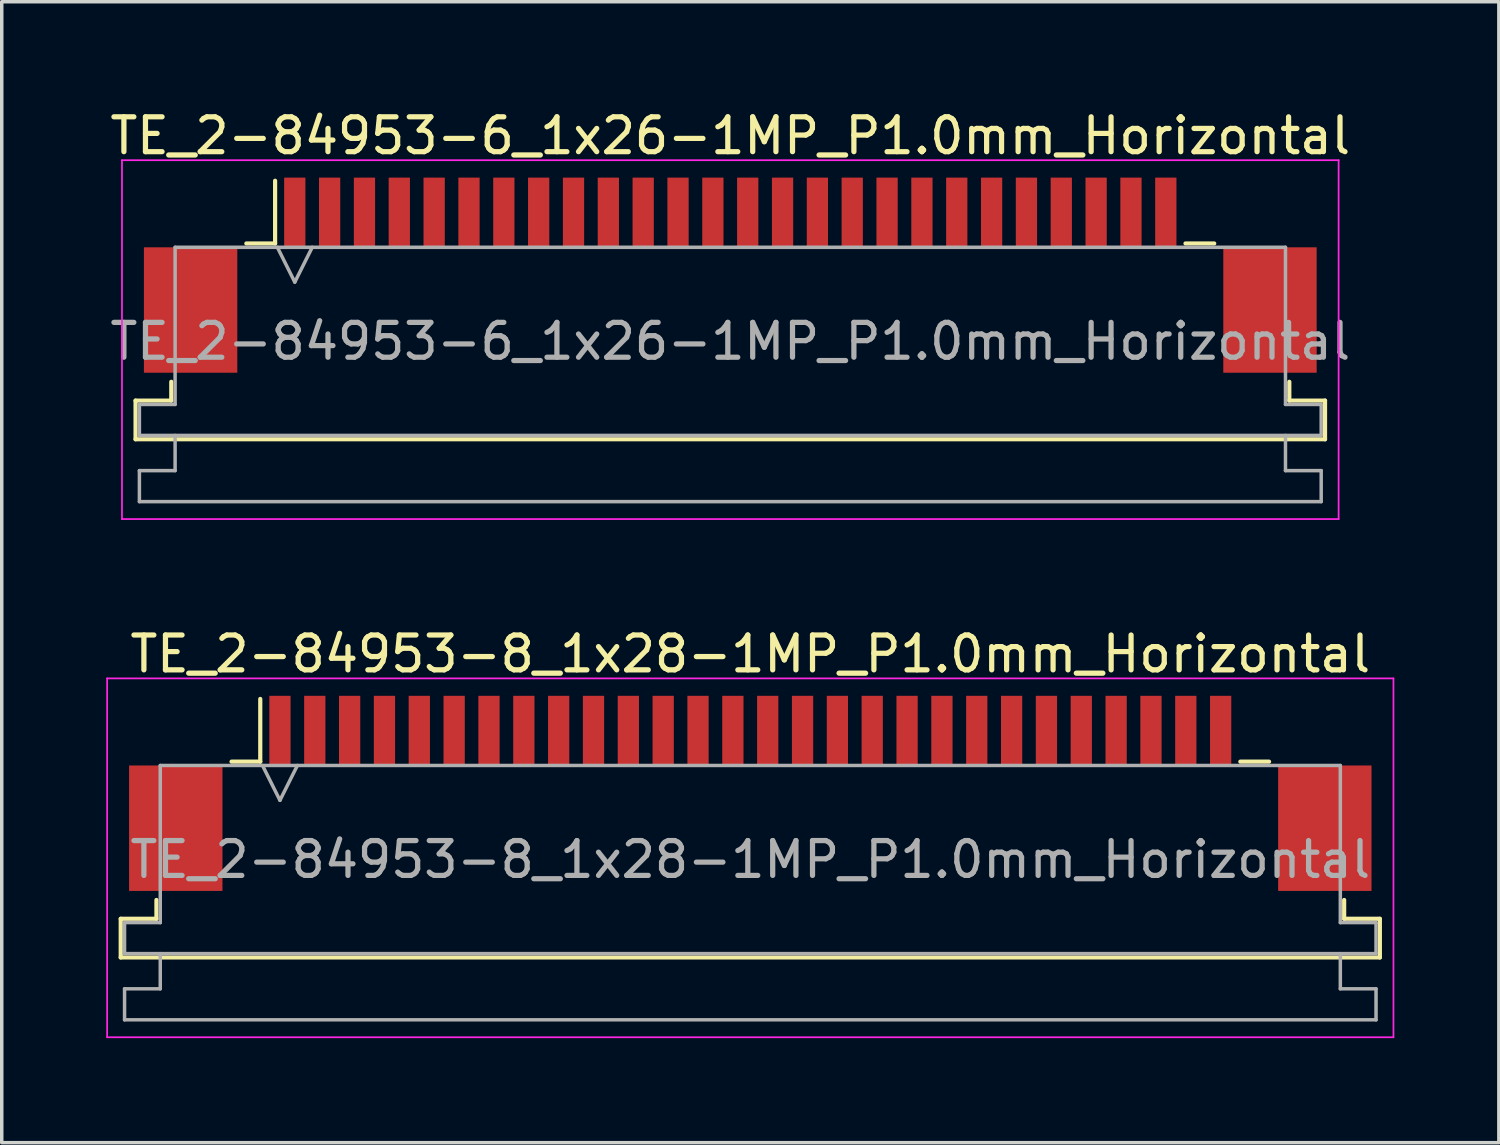
<source format=kicad_pcb>
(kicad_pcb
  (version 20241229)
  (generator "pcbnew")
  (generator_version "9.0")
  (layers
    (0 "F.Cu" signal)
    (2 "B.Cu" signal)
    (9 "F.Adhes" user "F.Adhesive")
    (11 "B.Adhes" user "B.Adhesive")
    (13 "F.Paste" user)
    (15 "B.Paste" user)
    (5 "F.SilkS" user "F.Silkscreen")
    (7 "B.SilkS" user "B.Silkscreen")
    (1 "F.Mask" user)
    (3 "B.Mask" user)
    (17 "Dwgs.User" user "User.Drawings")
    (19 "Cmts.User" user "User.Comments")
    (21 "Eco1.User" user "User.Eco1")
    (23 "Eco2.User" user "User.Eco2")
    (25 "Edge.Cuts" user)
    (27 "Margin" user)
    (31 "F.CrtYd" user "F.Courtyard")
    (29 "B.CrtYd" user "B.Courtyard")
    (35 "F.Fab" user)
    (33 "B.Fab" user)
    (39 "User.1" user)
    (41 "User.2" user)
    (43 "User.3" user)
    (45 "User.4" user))
  (footprint "TE_2-84953-6_1x26-1MP_P1.0mm_Horizontal"
    (layer "F.Cu")
    (at 17.911 4.848)
    (property "Reference" "TE_2-84953-6_1x26-1MP_P1.0mm_Horizontal" (at 0 -4 0) (layer "F.SilkS") (effects (font (size 1 1) (thickness 0.15))))
    (attr smd)
    (fp_line (start -17.07 3.6) (end -16.045 3.6) (stroke (width 0.12) (type solid)) (layer "F.SilkS"))
    (fp_line (start -17.07 4.71) (end -17.07 3.6) (stroke (width 0.12) (type solid)) (layer "F.SilkS"))
    (fp_line (start -16.045 3.6) (end -16.045 3.06) (stroke (width 0.12) (type solid)) (layer "F.SilkS"))
    (fp_line (start -13.89 -0.91) (end -13.065 -0.91) (stroke (width 0.12) (type solid)) (layer "F.SilkS"))
    (fp_line (start -13.065 -0.91) (end -13.065 -2.71) (stroke (width 0.12) (type solid)) (layer "F.SilkS"))
    (fp_line (start 13.065 -0.91) (end 13.89 -0.91) (stroke (width 0.12) (type solid)) (layer "F.SilkS"))
    (fp_line (start 16.045 3.06) (end 16.045 3.6) (stroke (width 0.12) (type solid)) (layer "F.SilkS"))
    (fp_line (start 16.045 3.6) (end 17.07 3.6) (stroke (width 0.12) (type solid)) (layer "F.SilkS"))
    (fp_line (start 17.07 3.6) (end 17.07 4.71) (stroke (width 0.12) (type solid)) (layer "F.SilkS"))
    (fp_line (start 17.07 4.71) (end -17.07 4.71) (stroke (width 0.12) (type solid)) (layer "F.SilkS"))
    (fp_line (start -17.46 -3.3) (end -17.46 7) (stroke (width 0.05) (type solid)) (layer "F.CrtYd"))
    (fp_line (start -17.46 7) (end 17.46 7) (stroke (width 0.05) (type solid)) (layer "F.CrtYd"))
    (fp_line (start 17.46 -3.3) (end -17.46 -3.3) (stroke (width 0.05) (type solid)) (layer "F.CrtYd"))
    (fp_line (start 17.46 7) (end 17.46 -3.3) (stroke (width 0.05) (type solid)) (layer "F.CrtYd"))
    (fp_line (start -16.96 3.71) (end -15.935 3.71) (stroke (width 0.1) (type solid)) (layer "F.Fab"))
    (fp_line (start -16.96 4.6) (end -16.96 3.71) (stroke (width 0.1) (type solid)) (layer "F.Fab"))
    (fp_line (start -16.96 5.61) (end -15.935 5.61) (stroke (width 0.1) (type solid)) (layer "F.Fab"))
    (fp_line (start -16.96 6.5) (end -16.96 5.61) (stroke (width 0.1) (type solid)) (layer "F.Fab"))
    (fp_line (start -15.935 -0.8) (end 15.935 -0.8) (stroke (width 0.1) (type solid)) (layer "F.Fab"))
    (fp_line (start -15.935 3.71) (end -15.935 -0.8) (stroke (width 0.1) (type solid)) (layer "F.Fab"))
    (fp_line (start -15.935 5.61) (end -15.935 4.6) (stroke (width 0.1) (type solid)) (layer "F.Fab"))
    (fp_line (start -13 -0.8) (end -12.5 0.2) (stroke (width 0.1) (type solid)) (layer "F.Fab"))
    (fp_line (start -12.5 0.2) (end -12 -0.8) (stroke (width 0.1) (type solid)) (layer "F.Fab"))
    (fp_line (start 15.935 -0.8) (end 15.935 3.71) (stroke (width 0.1) (type solid)) (layer "F.Fab"))
    (fp_line (start 15.935 3.71) (end 16.96 3.71) (stroke (width 0.1) (type solid)) (layer "F.Fab"))
    (fp_line (start 15.935 4.6) (end 15.935 5.61) (stroke (width 0.1) (type solid)) (layer "F.Fab"))
    (fp_line (start 15.935 5.61) (end 16.96 5.61) (stroke (width 0.1) (type solid)) (layer "F.Fab"))
    (fp_line (start 16.96 3.71) (end 16.96 4.6) (stroke (width 0.1) (type solid)) (layer "F.Fab"))
    (fp_line (start 16.96 4.6) (end -16.96 4.6) (stroke (width 0.1) (type solid)) (layer "F.Fab"))
    (fp_line (start 16.96 5.61) (end 16.96 6.5) (stroke (width 0.1) (type solid)) (layer "F.Fab"))
    (fp_line (start 16.96 6.5) (end -16.96 6.5) (stroke (width 0.1) (type solid)) (layer "F.Fab"))
    (fp_text user "${REFERENCE}" (at 0 1.9 0) (layer "F.Fab") (effects (font (size 1 1) (thickness 0.15))))
    (pad "1" smd rect (at -12.5 -1.8) (size 0.61 2) (layers "F.Cu" "F.Mask" "F.Paste"))
    (pad "2" smd rect (at -11.5 -1.8) (size 0.61 2) (layers "F.Cu" "F.Mask" "F.Paste"))
    (pad "3" smd rect (at -10.5 -1.8) (size 0.61 2) (layers "F.Cu" "F.Mask" "F.Paste"))
    (pad "4" smd rect (at -9.5 -1.8) (size 0.61 2) (layers "F.Cu" "F.Mask" "F.Paste"))
    (pad "5" smd rect (at -8.5 -1.8) (size 0.61 2) (layers "F.Cu" "F.Mask" "F.Paste"))
    (pad "6" smd rect (at -7.5 -1.8) (size 0.61 2) (layers "F.Cu" "F.Mask" "F.Paste"))
    (pad "7" smd rect (at -6.5 -1.8) (size 0.61 2) (layers "F.Cu" "F.Mask" "F.Paste"))
    (pad "8" smd rect (at -5.5 -1.8) (size 0.61 2) (layers "F.Cu" "F.Mask" "F.Paste"))
    (pad "9" smd rect (at -4.5 -1.8) (size 0.61 2) (layers "F.Cu" "F.Mask" "F.Paste"))
    (pad "10" smd rect (at -3.5 -1.8) (size 0.61 2) (layers "F.Cu" "F.Mask" "F.Paste"))
    (pad "11" smd rect (at -2.5 -1.8) (size 0.61 2) (layers "F.Cu" "F.Mask" "F.Paste"))
    (pad "12" smd rect (at -1.5 -1.8) (size 0.61 2) (layers "F.Cu" "F.Mask" "F.Paste"))
    (pad "13" smd rect (at -0.5 -1.8) (size 0.61 2) (layers "F.Cu" "F.Mask" "F.Paste"))
    (pad "14" smd rect (at 0.5 -1.8) (size 0.61 2) (layers "F.Cu" "F.Mask" "F.Paste"))
    (pad "15" smd rect (at 1.5 -1.8) (size 0.61 2) (layers "F.Cu" "F.Mask" "F.Paste"))
    (pad "16" smd rect (at 2.5 -1.8) (size 0.61 2) (layers "F.Cu" "F.Mask" "F.Paste"))
    (pad "17" smd rect (at 3.5 -1.8) (size 0.61 2) (layers "F.Cu" "F.Mask" "F.Paste"))
    (pad "18" smd rect (at 4.5 -1.8) (size 0.61 2) (layers "F.Cu" "F.Mask" "F.Paste"))
    (pad "19" smd rect (at 5.5 -1.8) (size 0.61 2) (layers "F.Cu" "F.Mask" "F.Paste"))
    (pad "20" smd rect (at 6.5 -1.8) (size 0.61 2) (layers "F.Cu" "F.Mask" "F.Paste"))
    (pad "21" smd rect (at 7.5 -1.8) (size 0.61 2) (layers "F.Cu" "F.Mask" "F.Paste"))
    (pad "22" smd rect (at 8.5 -1.8) (size 0.61 2) (layers "F.Cu" "F.Mask" "F.Paste"))
    (pad "23" smd rect (at 9.5 -1.8) (size 0.61 2) (layers "F.Cu" "F.Mask" "F.Paste"))
    (pad "24" smd rect (at 10.5 -1.8) (size 0.61 2) (layers "F.Cu" "F.Mask" "F.Paste"))
    (pad "25" smd rect (at 11.5 -1.8) (size 0.61 2) (layers "F.Cu" "F.Mask" "F.Paste"))
    (pad "26" smd rect (at 12.5 -1.8) (size 0.61 2) (layers "F.Cu" "F.Mask" "F.Paste"))
    (pad "MP" smd rect (at -15.49 1) (size 2.68 3.6) (layers "F.Cu" "F.Mask" "F.Paste"))
    (pad "MP" smd rect (at 15.49 1) (size 2.68 3.6) (layers "F.Cu" "F.Mask" "F.Paste")))
  (footprint "TE_2-84953-8_1x28-1MP_P1.0mm_Horizontal"
    (layer "F.Cu")
    (at 18.485 19.721)
    (property "Reference" "TE_2-84953-8_1x28-1MP_P1.0mm_Horizontal" (at 0 -4 0) (layer "F.SilkS") (effects (font (size 1 1) (thickness 0.15))))
    (attr smd)
    (fp_line (start -18.07 3.6) (end -17.045 3.6) (stroke (width 0.12) (type solid)) (layer "F.SilkS"))
    (fp_line (start -18.07 4.71) (end -18.07 3.6) (stroke (width 0.12) (type solid)) (layer "F.SilkS"))
    (fp_line (start -17.045 3.6) (end -17.045 3.06) (stroke (width 0.12) (type solid)) (layer "F.SilkS"))
    (fp_line (start -14.89 -0.91) (end -14.065 -0.91) (stroke (width 0.12) (type solid)) (layer "F.SilkS"))
    (fp_line (start -14.065 -0.91) (end -14.065 -2.71) (stroke (width 0.12) (type solid)) (layer "F.SilkS"))
    (fp_line (start 14.065 -0.91) (end 14.89 -0.91) (stroke (width 0.12) (type solid)) (layer "F.SilkS"))
    (fp_line (start 17.045 3.06) (end 17.045 3.6) (stroke (width 0.12) (type solid)) (layer "F.SilkS"))
    (fp_line (start 17.045 3.6) (end 18.07 3.6) (stroke (width 0.12) (type solid)) (layer "F.SilkS"))
    (fp_line (start 18.07 3.6) (end 18.07 4.71) (stroke (width 0.12) (type solid)) (layer "F.SilkS"))
    (fp_line (start 18.07 4.71) (end -18.07 4.71) (stroke (width 0.12) (type solid)) (layer "F.SilkS"))
    (fp_line (start -18.46 -3.3) (end -18.46 7) (stroke (width 0.05) (type solid)) (layer "F.CrtYd"))
    (fp_line (start -18.46 7) (end 18.46 7) (stroke (width 0.05) (type solid)) (layer "F.CrtYd"))
    (fp_line (start 18.46 -3.3) (end -18.46 -3.3) (stroke (width 0.05) (type solid)) (layer "F.CrtYd"))
    (fp_line (start 18.46 7) (end 18.46 -3.3) (stroke (width 0.05) (type solid)) (layer "F.CrtYd"))
    (fp_line (start -17.96 3.71) (end -16.935 3.71) (stroke (width 0.1) (type solid)) (layer "F.Fab"))
    (fp_line (start -17.96 4.6) (end -17.96 3.71) (stroke (width 0.1) (type solid)) (layer "F.Fab"))
    (fp_line (start -17.96 5.61) (end -16.935 5.61) (stroke (width 0.1) (type solid)) (layer "F.Fab"))
    (fp_line (start -17.96 6.5) (end -17.96 5.61) (stroke (width 0.1) (type solid)) (layer "F.Fab"))
    (fp_line (start -16.935 -0.8) (end 16.935 -0.8) (stroke (width 0.1) (type solid)) (layer "F.Fab"))
    (fp_line (start -16.935 3.71) (end -16.935 -0.8) (stroke (width 0.1) (type solid)) (layer "F.Fab"))
    (fp_line (start -16.935 5.61) (end -16.935 4.6) (stroke (width 0.1) (type solid)) (layer "F.Fab"))
    (fp_line (start -14 -0.8) (end -13.5 0.2) (stroke (width 0.1) (type solid)) (layer "F.Fab"))
    (fp_line (start -13.5 0.2) (end -13 -0.8) (stroke (width 0.1) (type solid)) (layer "F.Fab"))
    (fp_line (start 16.935 -0.8) (end 16.935 3.71) (stroke (width 0.1) (type solid)) (layer "F.Fab"))
    (fp_line (start 16.935 3.71) (end 17.96 3.71) (stroke (width 0.1) (type solid)) (layer "F.Fab"))
    (fp_line (start 16.935 4.6) (end 16.935 5.61) (stroke (width 0.1) (type solid)) (layer "F.Fab"))
    (fp_line (start 16.935 5.61) (end 17.96 5.61) (stroke (width 0.1) (type solid)) (layer "F.Fab"))
    (fp_line (start 17.96 3.71) (end 17.96 4.6) (stroke (width 0.1) (type solid)) (layer "F.Fab"))
    (fp_line (start 17.96 4.6) (end -17.96 4.6) (stroke (width 0.1) (type solid)) (layer "F.Fab"))
    (fp_line (start 17.96 5.61) (end 17.96 6.5) (stroke (width 0.1) (type solid)) (layer "F.Fab"))
    (fp_line (start 17.96 6.5) (end -17.96 6.5) (stroke (width 0.1) (type solid)) (layer "F.Fab"))
    (fp_text user "${REFERENCE}" (at 0 1.9 0) (layer "F.Fab") (effects (font (size 1 1) (thickness 0.15))))
    (pad "1" smd rect (at -13.5 -1.8) (size 0.61 2) (layers "F.Cu" "F.Mask" "F.Paste"))
    (pad "2" smd rect (at -12.5 -1.8) (size 0.61 2) (layers "F.Cu" "F.Mask" "F.Paste"))
    (pad "3" smd rect (at -11.5 -1.8) (size 0.61 2) (layers "F.Cu" "F.Mask" "F.Paste"))
    (pad "4" smd rect (at -10.5 -1.8) (size 0.61 2) (layers "F.Cu" "F.Mask" "F.Paste"))
    (pad "5" smd rect (at -9.5 -1.8) (size 0.61 2) (layers "F.Cu" "F.Mask" "F.Paste"))
    (pad "6" smd rect (at -8.5 -1.8) (size 0.61 2) (layers "F.Cu" "F.Mask" "F.Paste"))
    (pad "7" smd rect (at -7.5 -1.8) (size 0.61 2) (layers "F.Cu" "F.Mask" "F.Paste"))
    (pad "8" smd rect (at -6.5 -1.8) (size 0.61 2) (layers "F.Cu" "F.Mask" "F.Paste"))
    (pad "9" smd rect (at -5.5 -1.8) (size 0.61 2) (layers "F.Cu" "F.Mask" "F.Paste"))
    (pad "10" smd rect (at -4.5 -1.8) (size 0.61 2) (layers "F.Cu" "F.Mask" "F.Paste"))
    (pad "11" smd rect (at -3.5 -1.8) (size 0.61 2) (layers "F.Cu" "F.Mask" "F.Paste"))
    (pad "12" smd rect (at -2.5 -1.8) (size 0.61 2) (layers "F.Cu" "F.Mask" "F.Paste"))
    (pad "13" smd rect (at -1.5 -1.8) (size 0.61 2) (layers "F.Cu" "F.Mask" "F.Paste"))
    (pad "14" smd rect (at -0.5 -1.8) (size 0.61 2) (layers "F.Cu" "F.Mask" "F.Paste"))
    (pad "15" smd rect (at 0.5 -1.8) (size 0.61 2) (layers "F.Cu" "F.Mask" "F.Paste"))
    (pad "16" smd rect (at 1.5 -1.8) (size 0.61 2) (layers "F.Cu" "F.Mask" "F.Paste"))
    (pad "17" smd rect (at 2.5 -1.8) (size 0.61 2) (layers "F.Cu" "F.Mask" "F.Paste"))
    (pad "18" smd rect (at 3.5 -1.8) (size 0.61 2) (layers "F.Cu" "F.Mask" "F.Paste"))
    (pad "19" smd rect (at 4.5 -1.8) (size 0.61 2) (layers "F.Cu" "F.Mask" "F.Paste"))
    (pad "20" smd rect (at 5.5 -1.8) (size 0.61 2) (layers "F.Cu" "F.Mask" "F.Paste"))
    (pad "21" smd rect (at 6.5 -1.8) (size 0.61 2) (layers "F.Cu" "F.Mask" "F.Paste"))
    (pad "22" smd rect (at 7.5 -1.8) (size 0.61 2) (layers "F.Cu" "F.Mask" "F.Paste"))
    (pad "23" smd rect (at 8.5 -1.8) (size 0.61 2) (layers "F.Cu" "F.Mask" "F.Paste"))
    (pad "24" smd rect (at 9.5 -1.8) (size 0.61 2) (layers "F.Cu" "F.Mask" "F.Paste"))
    (pad "25" smd rect (at 10.5 -1.8) (size 0.61 2) (layers "F.Cu" "F.Mask" "F.Paste"))
    (pad "26" smd rect (at 11.5 -1.8) (size 0.61 2) (layers "F.Cu" "F.Mask" "F.Paste"))
    (pad "27" smd rect (at 12.5 -1.8) (size 0.61 2) (layers "F.Cu" "F.Mask" "F.Paste"))
    (pad "28" smd rect (at 13.5 -1.8) (size 0.61 2) (layers "F.Cu" "F.Mask" "F.Paste"))
    (pad "MP" smd rect (at -16.49 1) (size 2.68 3.6) (layers "F.Cu" "F.Mask" "F.Paste"))
    (pad "MP" smd rect (at 16.49 1) (size 2.68 3.6) (layers "F.Cu" "F.Mask" "F.Paste")))
  (gr_rect
    (start -3 -3)
    (end 39.97 29.747)
    (stroke (width 0.1) (type default))
    (fill no)
    (layer "Edge.Cuts")))
</source>
